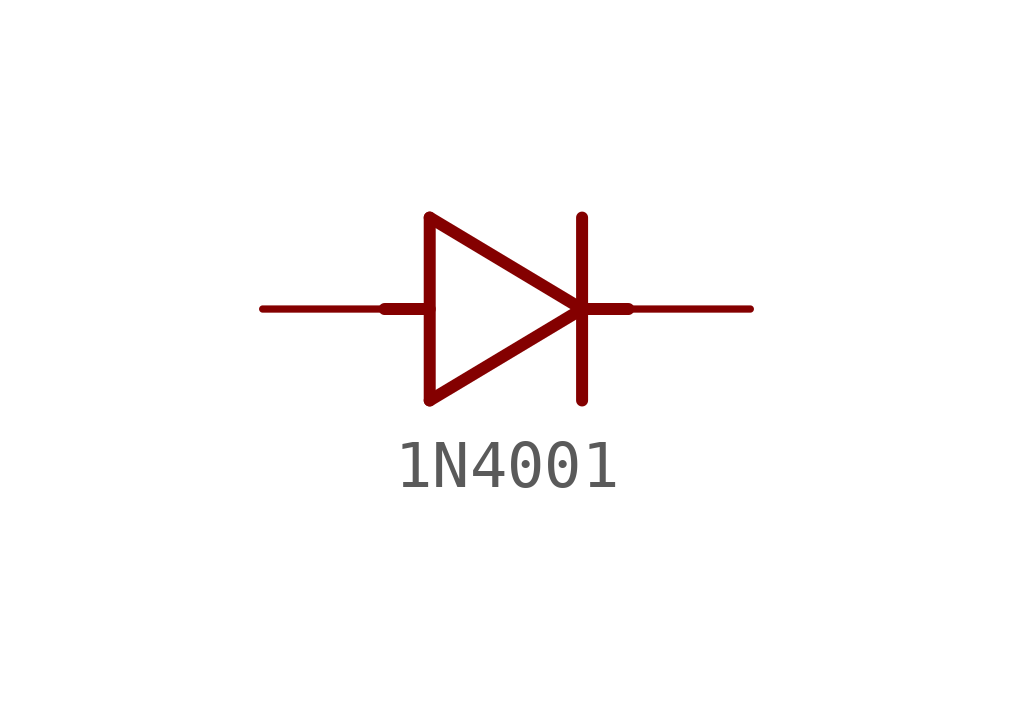
<source format=kicad_sym>
(kicad_symbol_lib
  (version 20231120)
  (generator "kicad_symbol_editor")
  (generator_version "8.0")
  (symbol "1N4001"
    (property "Reference" "D"
      (at 0 0 0)
      (effects (font (size 1.27 1.27)) (hide yes)))
    (property "ki_locked" ""
      (at 0 0 0)
      (effects (font (size 1.27 1.27))))
    (symbol "1N4001_1_0"
      (polyline (pts (xy -2.54 0) (xy -1.6 0)) (stroke (width 0.25) (type solid)) (fill (type none)))
      (polyline (pts (xy -1.6 -1.905) (xy 1.575 0)) (stroke (width 0.25) (type solid)) (fill (type none)))
      (polyline (pts (xy -1.6 1.905) (xy -1.6 -1.905)) (stroke (width 0.25) (type solid)) (fill (type none)))
      (polyline (pts (xy 1.575 -1.905) (xy 1.575 1.905)) (stroke (width 0.25) (type solid)) (fill (type none)))
      (polyline (pts (xy 1.575 0) (xy -1.6 1.905)) (stroke (width 0.25) (type solid)) (fill (type none)))
      (polyline (pts (xy 1.575 0) (xy 2.54 0)) (stroke (width 0.25) (type solid)) (fill (type none)))
      (pin passive line (at 5.08 0 180) (length 2.54) (name "K" (effects (font (size 0 0)))) (number "1" (effects (font (size 0 0)))))
      (pin passive line (at -5.08 0 0) (length 2.54) (name "A" (effects (font (size 0 0)))) (number "2" (effects (font (size 0 0))))))))
</source>
